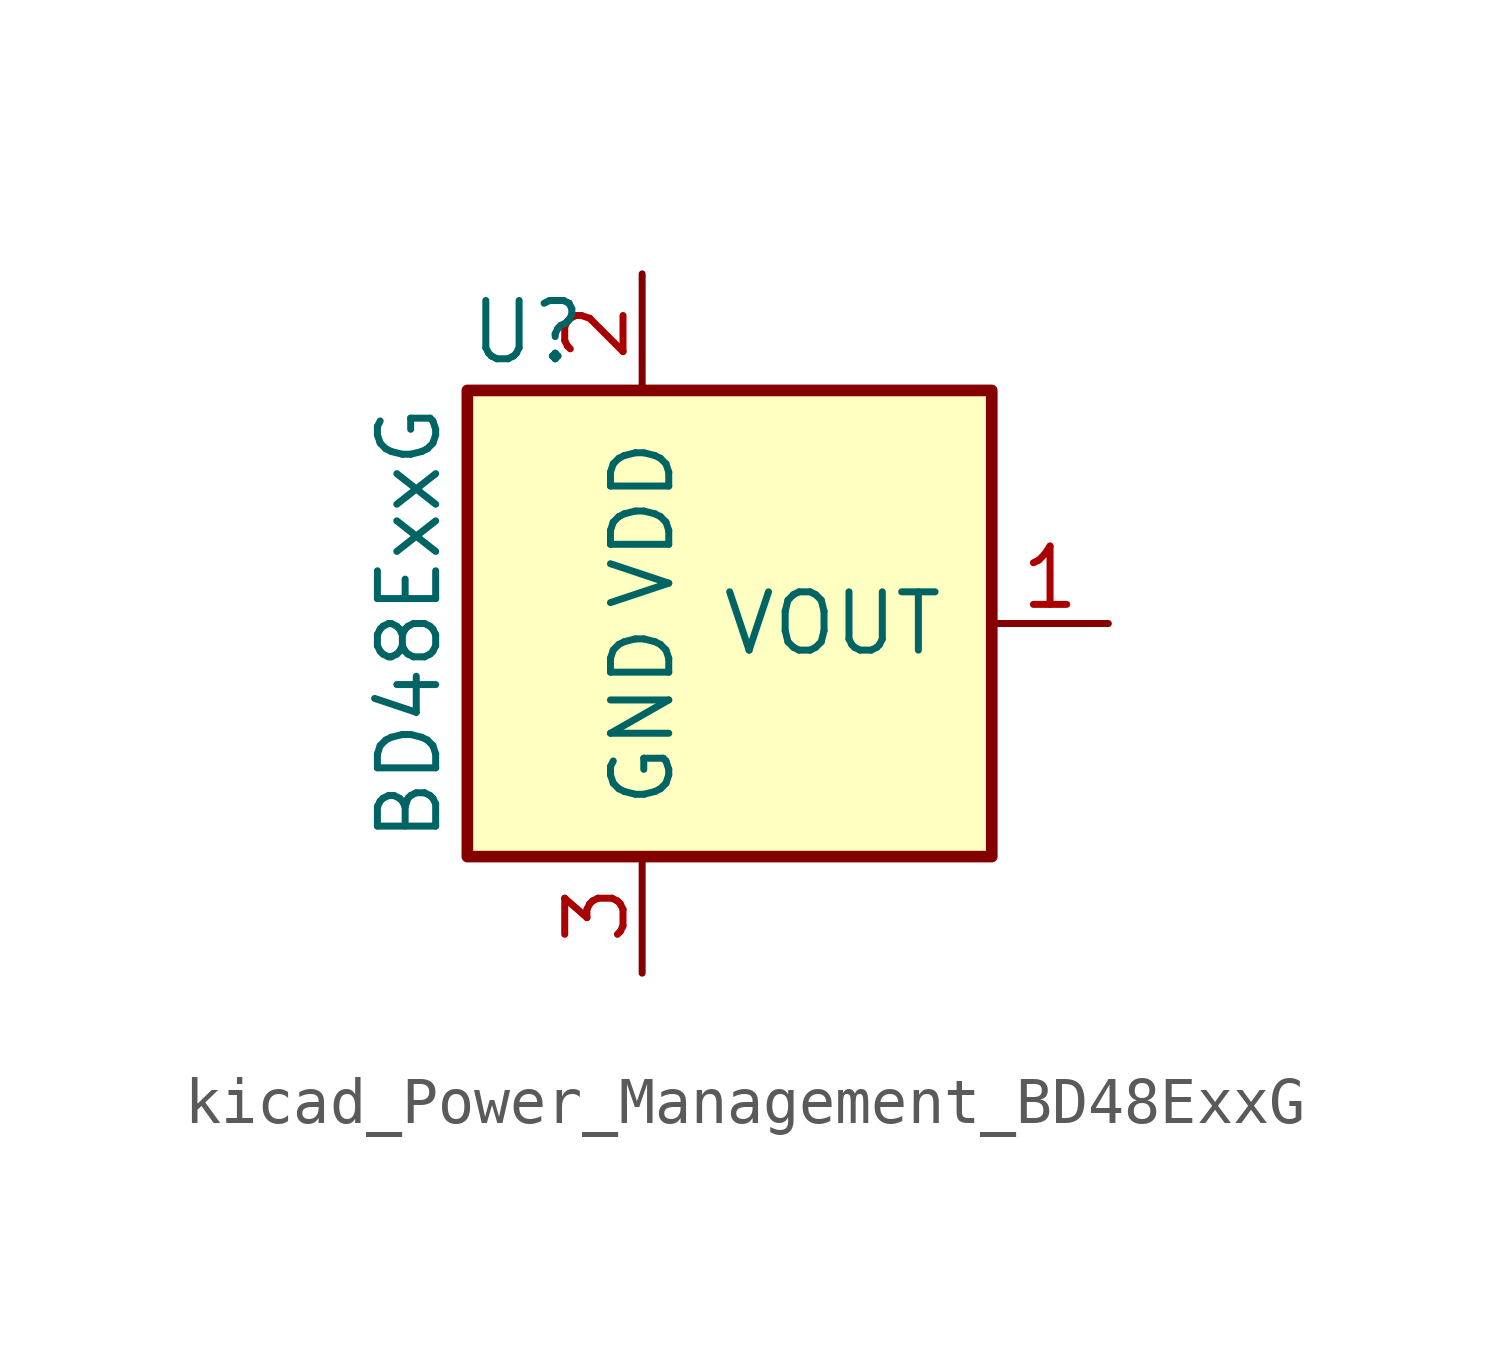
<source format=kicad_sym>
(kicad_symbol_lib
  (version 20220914)
  (generator kicad_symbol_editor)
  (symbol "kicad_Power_Management_BD48ExxG"
    (pin_names
      (offset 1.016))
    (property "Reference" "U"
      (at -3.81 6.35 0)
      (effects (font (size 1.27 1.27)) (justify left)))
    (property "Value" "BD48ExxG"
      (at -5.08 0 90)
      (effects (font (size 1.27 1.27))))
    (symbol "kicad_Power_Management_BD48ExxG_1_1"
      (rectangle (start -3.81 5.08) (end 7.62 -5.08) (stroke (width 0.254) (type default)) (fill (type background)))
      (pin output line (at 10.16 0 180) (length 2.54) (name "VOUT" (effects (font (size 1.27 1.27)))) (number "1" (effects (font (size 1.27 1.27)))))
      (pin power_in line (at 0 7.62 270) (length 2.54) (name "VDD" (effects (font (size 1.27 1.27)))) (number "2" (effects (font (size 1.27 1.27)))))
      (pin power_in line (at 0 -7.62 90) (length 2.54) (name "GND" (effects (font (size 1.27 1.27)))) (number "3" (effects (font (size 1.27 1.27))))))))
</source>
